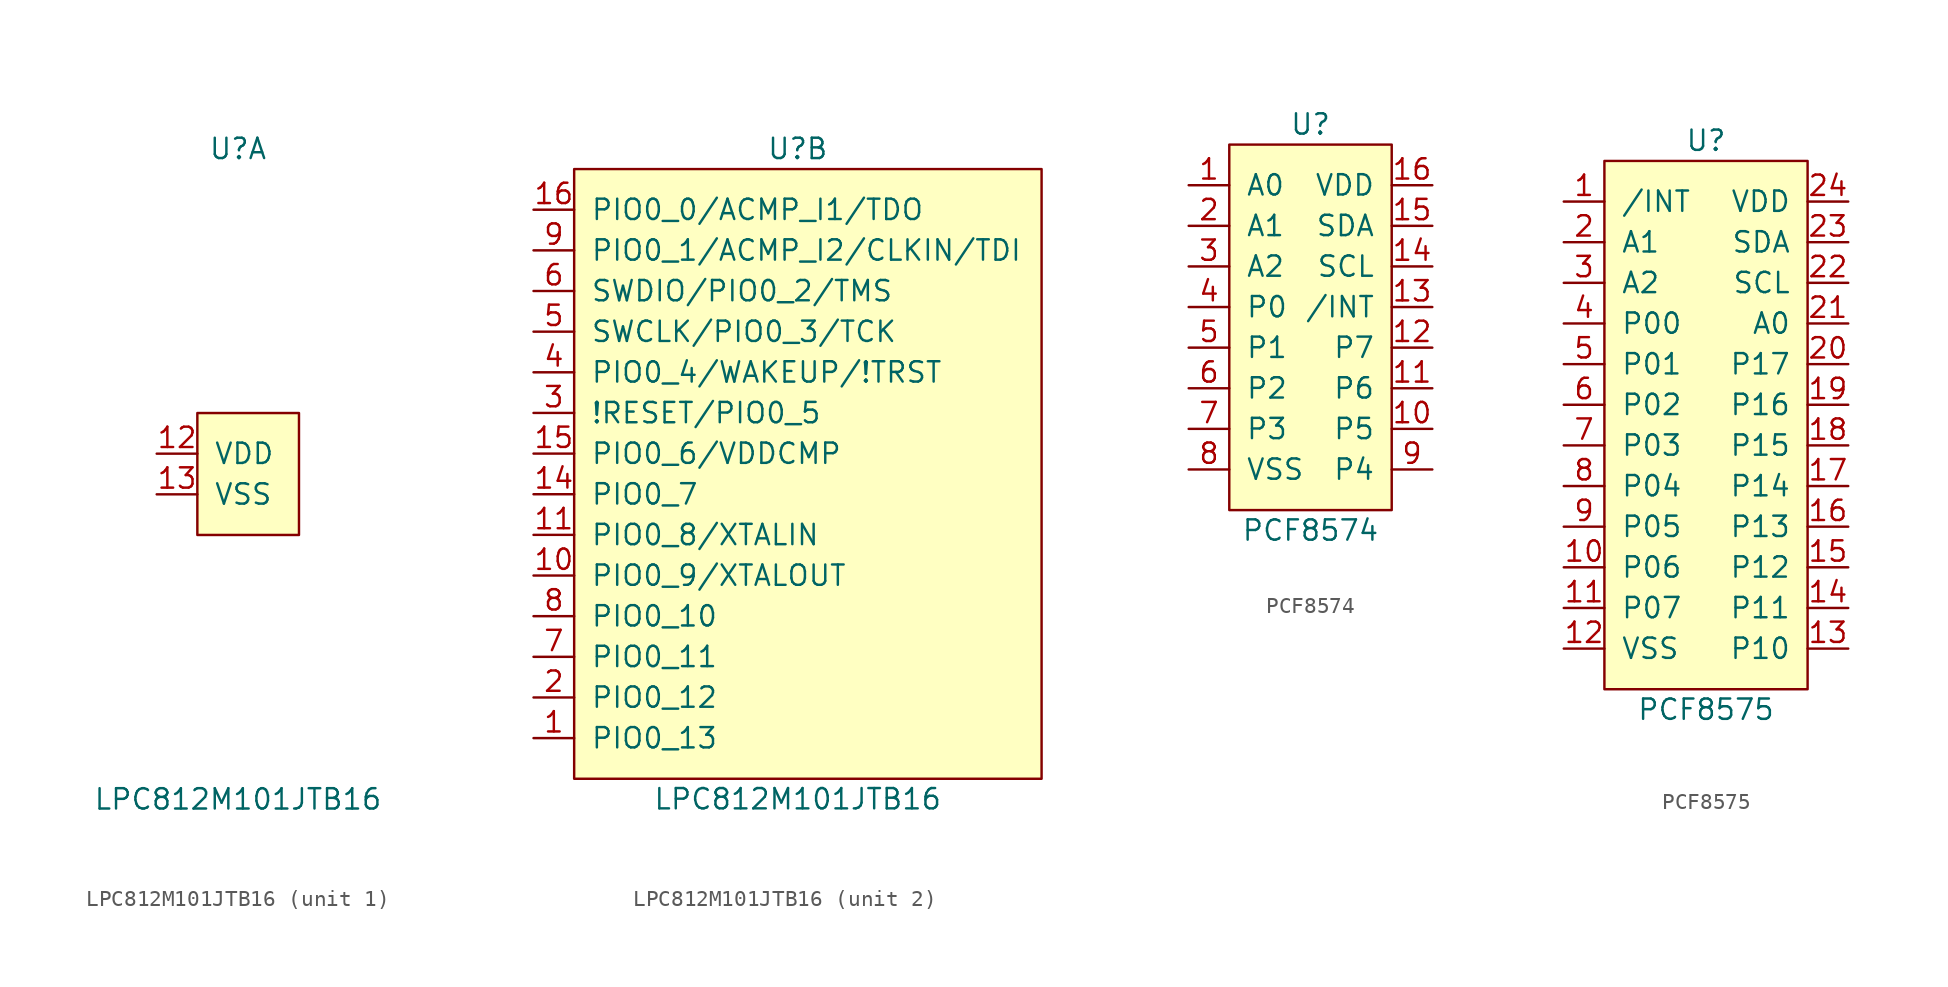
<source format=kicad_sym>
(kicad_symbol_lib
  (version 20211014)
  (generator kicad_symbol_editor)
  (symbol "LPC812M101JTB16"
    (pin_names
      (offset 1.016))
    (property "Reference" "U"
      (at 0 20.32 0)
      (effects (font (size 1.27 1.27))))
    (property "Value" "LPC812M101JTB16"
      (at 0 -20.32 0)
      (effects (font (size 1.27 1.27))))
    (property "ki_locked" ""
      (at 0 0 0)
      (effects (font (size 1.27 1.27))))
    (symbol "LPC812M101JTB16_1_1"
      (rectangle (start -2.54 3.81) (end 3.81 -3.81) (stroke (width 0) (type default) (color 0 0 0 0)) (fill (type background)))
      (pin power_in line (at -5.08 1.27 0) (length 2.54) (name "VDD" (effects (font (size 1.27 1.27)))) (number "12" (effects (font (size 1.27 1.27)))))
      (pin power_in line (at -5.08 -1.27 0) (length 2.54) (name "VSS" (effects (font (size 1.27 1.27)))) (number "13" (effects (font (size 1.27 1.27))))))
    (symbol "LPC812M101JTB16_2_1"
      (rectangle (start -13.97 19.05) (end 15.24 -19.05) (stroke (width 0) (type default) (color 0 0 0 0)) (fill (type background)))
      (pin bidirectional line (at -16.51 -16.51 0) (length 2.54) (name "PIO0_13" (effects (font (size 1.27 1.27)))) (number "1" (effects (font (size 1.27 1.27)))))
      (pin bidirectional line (at -16.51 -6.35 0) (length 2.54) (name "PIO0_9/XTALOUT" (effects (font (size 1.27 1.27)))) (number "10" (effects (font (size 1.27 1.27)))))
      (pin bidirectional line (at -16.51 -3.81 0) (length 2.54) (name "PIO0_8/XTALIN" (effects (font (size 1.27 1.27)))) (number "11" (effects (font (size 1.27 1.27)))))
      (pin bidirectional line (at -16.51 -1.27 0) (length 2.54) (name "PIO0_7" (effects (font (size 1.27 1.27)))) (number "14" (effects (font (size 1.27 1.27)))))
      (pin bidirectional line (at -16.51 1.27 0) (length 2.54) (name "PIO0_6/VDDCMP" (effects (font (size 1.27 1.27)))) (number "15" (effects (font (size 1.27 1.27)))))
      (pin bidirectional line (at -16.51 16.51 0) (length 2.54) (name "PIO0_0/ACMP_I1/TDO" (effects (font (size 1.27 1.27)))) (number "16" (effects (font (size 1.27 1.27)))))
      (pin bidirectional line (at -16.51 -13.97 0) (length 2.54) (name "PIO0_12" (effects (font (size 1.27 1.27)))) (number "2" (effects (font (size 1.27 1.27)))))
      (pin bidirectional line (at -16.51 3.81 0) (length 2.54) (name "!RESET/PIO0_5" (effects (font (size 1.27 1.27)))) (number "3" (effects (font (size 1.27 1.27)))))
      (pin bidirectional line (at -16.51 6.35 0) (length 2.54) (name "PIO0_4/WAKEUP/!TRST" (effects (font (size 1.27 1.27)))) (number "4" (effects (font (size 1.27 1.27)))))
      (pin bidirectional line (at -16.51 8.89 0) (length 2.54) (name "SWCLK/PIO0_3/TCK" (effects (font (size 1.27 1.27)))) (number "5" (effects (font (size 1.27 1.27)))))
      (pin bidirectional line (at -16.51 11.43 0) (length 2.54) (name "SWDIO/PIO0_2/TMS" (effects (font (size 1.27 1.27)))) (number "6" (effects (font (size 1.27 1.27)))))
      (pin bidirectional line (at -16.51 -11.43 0) (length 2.54) (name "PIO0_11" (effects (font (size 1.27 1.27)))) (number "7" (effects (font (size 1.27 1.27)))))
      (pin bidirectional line (at -16.51 -8.89 0) (length 2.54) (name "PIO0_10" (effects (font (size 1.27 1.27)))) (number "8" (effects (font (size 1.27 1.27)))))
      (pin bidirectional line (at -16.51 13.97 0) (length 2.54) (name "PIO0_1/ACMP_I2/CLKIN/TDI" (effects (font (size 1.27 1.27)))) (number "9" (effects (font (size 1.27 1.27)))))))
  (symbol "PCF8574"
    (pin_names
      (offset 1.016))
    (property "Reference" "U"
      (at 0 11.43 0)
      (effects (font (size 1.27 1.27))))
    (property "Value" "PCF8574"
      (at 0 -13.97 0)
      (effects (font (size 1.27 1.27))))
    (property "Datasheet" ""
      (at 0 0 0)
      (effects (font (size 1.524 1.524))))
    (symbol "PCF8574_1_0"
      (rectangle (start -5.08 10.16) (end 5.08 -12.7) (stroke (width 0) (type default) (color 0 0 0 0)) (fill (type background))))
    (symbol "PCF8574_1_1"
      (pin input line (at -7.62 7.62 0) (length 2.54) (name "A0" (effects (font (size 1.27 1.27)))) (number "1" (effects (font (size 1.27 1.27)))))
      (pin bidirectional line (at 7.62 -7.62 180) (length 2.54) (name "P5" (effects (font (size 1.27 1.27)))) (number "10" (effects (font (size 1.27 1.27)))))
      (pin bidirectional line (at 7.62 -5.08 180) (length 2.54) (name "P6" (effects (font (size 1.27 1.27)))) (number "11" (effects (font (size 1.27 1.27)))))
      (pin bidirectional line (at 7.62 -2.54 180) (length 2.54) (name "P7" (effects (font (size 1.27 1.27)))) (number "12" (effects (font (size 1.27 1.27)))))
      (pin open_collector line (at 7.62 0 180) (length 2.54) (name "/INT" (effects (font (size 1.27 1.27)))) (number "13" (effects (font (size 1.27 1.27)))))
      (pin input line (at 7.62 2.54 180) (length 2.54) (name "SCL" (effects (font (size 1.27 1.27)))) (number "14" (effects (font (size 1.27 1.27)))))
      (pin bidirectional line (at 7.62 5.08 180) (length 2.54) (name "SDA" (effects (font (size 1.27 1.27)))) (number "15" (effects (font (size 1.27 1.27)))))
      (pin power_in line (at 7.62 7.62 180) (length 2.54) (name "VDD" (effects (font (size 1.27 1.27)))) (number "16" (effects (font (size 1.27 1.27)))))
      (pin input line (at -7.62 5.08 0) (length 2.54) (name "A1" (effects (font (size 1.27 1.27)))) (number "2" (effects (font (size 1.27 1.27)))))
      (pin input line (at -7.62 2.54 0) (length 2.54) (name "A2" (effects (font (size 1.27 1.27)))) (number "3" (effects (font (size 1.27 1.27)))))
      (pin bidirectional line (at -7.62 0 0) (length 2.54) (name "P0" (effects (font (size 1.27 1.27)))) (number "4" (effects (font (size 1.27 1.27)))))
      (pin bidirectional line (at -7.62 -2.54 0) (length 2.54) (name "P1" (effects (font (size 1.27 1.27)))) (number "5" (effects (font (size 1.27 1.27)))))
      (pin bidirectional line (at -7.62 -5.08 0) (length 2.54) (name "P2" (effects (font (size 1.27 1.27)))) (number "6" (effects (font (size 1.27 1.27)))))
      (pin bidirectional line (at -7.62 -7.62 0) (length 2.54) (name "P3" (effects (font (size 1.27 1.27)))) (number "7" (effects (font (size 1.27 1.27)))))
      (pin power_in line (at -7.62 -10.16 0) (length 2.54) (name "VSS" (effects (font (size 1.27 1.27)))) (number "8" (effects (font (size 1.27 1.27)))))
      (pin bidirectional line (at 7.62 -10.16 180) (length 2.54) (name "P4" (effects (font (size 1.27 1.27)))) (number "9" (effects (font (size 1.27 1.27)))))))
  (symbol "PCF8575"
    (pin_names
      (offset 1.016))
    (property "Reference" "U"
      (at 0 13.97 0)
      (effects (font (size 1.27 1.27))))
    (property "Value" "PCF8575"
      (at 0 -21.59 0)
      (effects (font (size 1.27 1.27))))
    (property "Datasheet" ""
      (at 0 0 0)
      (effects (font (size 1.524 1.524))))
    (property "ki_locked" ""
      (at 0 0 0)
      (effects (font (size 1.27 1.27))))
    (symbol "PCF8575_1_0"
      (rectangle (start -6.35 12.7) (end 6.35 -20.32) (stroke (width 0) (type default) (color 0 0 0 0)) (fill (type background))))
    (symbol "PCF8575_1_1"
      (pin open_collector line (at -8.89 10.16 0) (length 2.54) (name "/INT" (effects (font (size 1.27 1.27)))) (number "1" (effects (font (size 1.27 1.27)))))
      (pin bidirectional line (at -8.89 -12.7 0) (length 2.54) (name "P06" (effects (font (size 1.27 1.27)))) (number "10" (effects (font (size 1.27 1.27)))))
      (pin bidirectional line (at -8.89 -15.24 0) (length 2.54) (name "P07" (effects (font (size 1.27 1.27)))) (number "11" (effects (font (size 1.27 1.27)))))
      (pin power_in line (at -8.89 -17.78 0) (length 2.54) (name "VSS" (effects (font (size 1.27 1.27)))) (number "12" (effects (font (size 1.27 1.27)))))
      (pin bidirectional line (at 8.89 -17.78 180) (length 2.54) (name "P10" (effects (font (size 1.27 1.27)))) (number "13" (effects (font (size 1.27 1.27)))))
      (pin bidirectional line (at 8.89 -15.24 180) (length 2.54) (name "P11" (effects (font (size 1.27 1.27)))) (number "14" (effects (font (size 1.27 1.27)))))
      (pin bidirectional line (at 8.89 -12.7 180) (length 2.54) (name "P12" (effects (font (size 1.27 1.27)))) (number "15" (effects (font (size 1.27 1.27)))))
      (pin bidirectional line (at 8.89 -10.16 180) (length 2.54) (name "P13" (effects (font (size 1.27 1.27)))) (number "16" (effects (font (size 1.27 1.27)))))
      (pin bidirectional line (at 8.89 -7.62 180) (length 2.54) (name "P14" (effects (font (size 1.27 1.27)))) (number "17" (effects (font (size 1.27 1.27)))))
      (pin bidirectional line (at 8.89 -5.08 180) (length 2.54) (name "P15" (effects (font (size 1.27 1.27)))) (number "18" (effects (font (size 1.27 1.27)))))
      (pin bidirectional line (at 8.89 -2.54 180) (length 2.54) (name "P16" (effects (font (size 1.27 1.27)))) (number "19" (effects (font (size 1.27 1.27)))))
      (pin input line (at -8.89 7.62 0) (length 2.54) (name "A1" (effects (font (size 1.27 1.27)))) (number "2" (effects (font (size 1.27 1.27)))))
      (pin bidirectional line (at 8.89 0 180) (length 2.54) (name "P17" (effects (font (size 1.27 1.27)))) (number "20" (effects (font (size 1.27 1.27)))))
      (pin input line (at 8.89 2.54 180) (length 2.54) (name "A0" (effects (font (size 1.27 1.27)))) (number "21" (effects (font (size 1.27 1.27)))))
      (pin input line (at 8.89 5.08 180) (length 2.54) (name "SCL" (effects (font (size 1.27 1.27)))) (number "22" (effects (font (size 1.27 1.27)))))
      (pin bidirectional line (at 8.89 7.62 180) (length 2.54) (name "SDA" (effects (font (size 1.27 1.27)))) (number "23" (effects (font (size 1.27 1.27)))))
      (pin power_in line (at 8.89 10.16 180) (length 2.54) (name "VDD" (effects (font (size 1.27 1.27)))) (number "24" (effects (font (size 1.27 1.27)))))
      (pin input line (at -8.89 5.08 0) (length 2.54) (name "A2" (effects (font (size 1.27 1.27)))) (number "3" (effects (font (size 1.27 1.27)))))
      (pin bidirectional line (at -8.89 2.54 0) (length 2.54) (name "P00" (effects (font (size 1.27 1.27)))) (number "4" (effects (font (size 1.27 1.27)))))
      (pin bidirectional line (at -8.89 0 0) (length 2.54) (name "P01" (effects (font (size 1.27 1.27)))) (number "5" (effects (font (size 1.27 1.27)))))
      (pin bidirectional line (at -8.89 -2.54 0) (length 2.54) (name "P02" (effects (font (size 1.27 1.27)))) (number "6" (effects (font (size 1.27 1.27)))))
      (pin bidirectional line (at -8.89 -5.08 0) (length 2.54) (name "P03" (effects (font (size 1.27 1.27)))) (number "7" (effects (font (size 1.27 1.27)))))
      (pin bidirectional line (at -8.89 -7.62 0) (length 2.54) (name "P04" (effects (font (size 1.27 1.27)))) (number "8" (effects (font (size 1.27 1.27)))))
      (pin bidirectional line (at -8.89 -10.16 0) (length 2.54) (name "P05" (effects (font (size 1.27 1.27)))) (number "9" (effects (font (size 1.27 1.27))))))))
</source>
